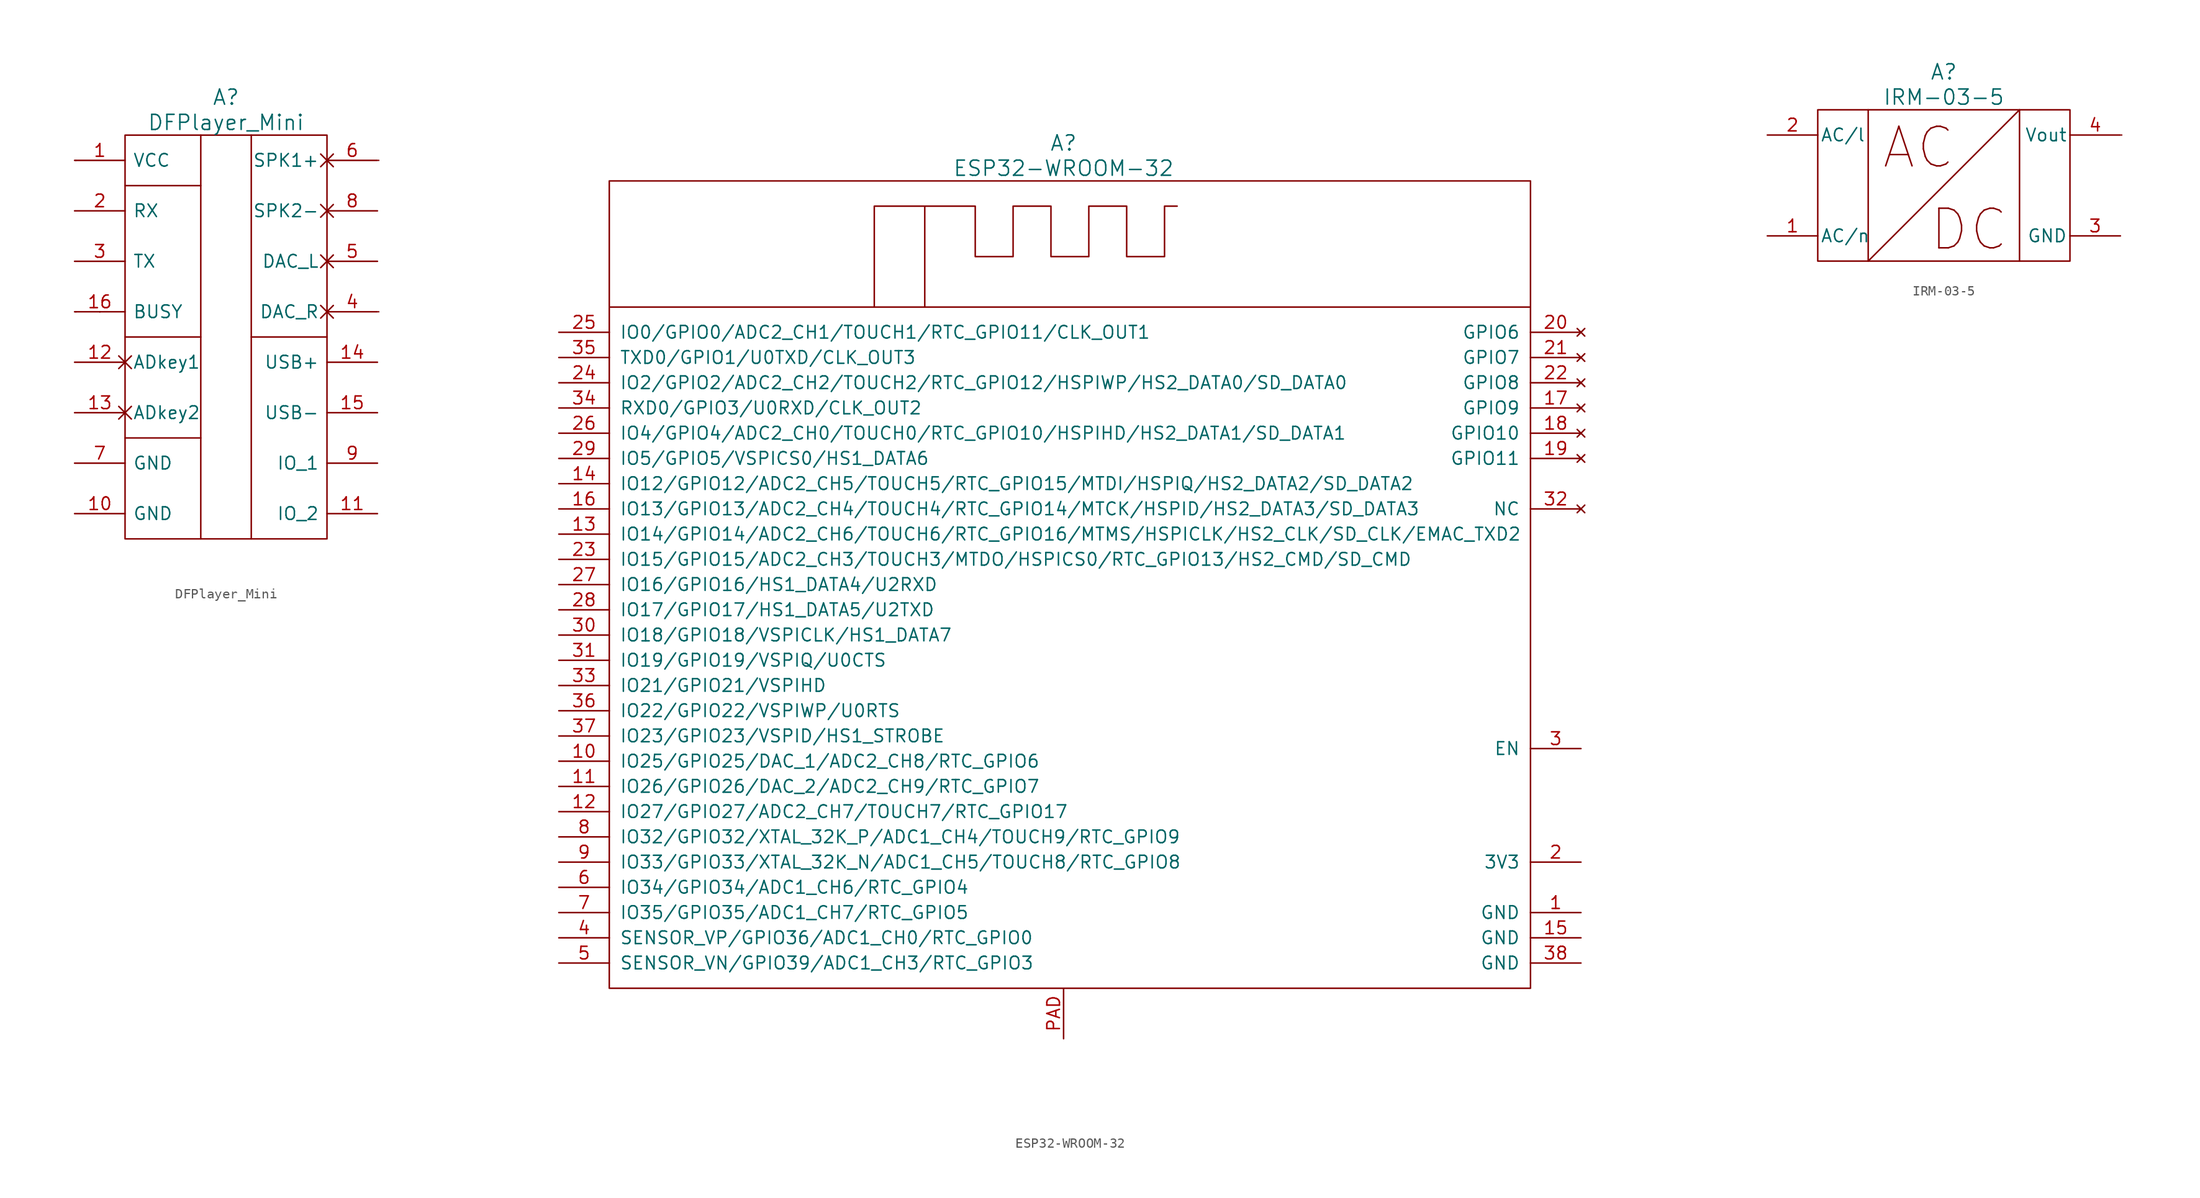
<source format=kicad_sym>
(kicad_symbol_lib
  (version 20220914)
  (generator kicad_symbol_editor)
  (symbol "DFPlayer_Mini"
    (pin_names
      (offset 0.762))
    (property "Reference" "A"
      (at 0 24.13 0)
      (do_not_autoplace)
      (effects (font (size 1.524 1.524))))
    (property "Value" "DFPlayer_Mini"
      (at 0 21.59 0)
      (do_not_autoplace)
      (effects (font (size 1.524 1.524))))
    (property "Datasheet" ""
      (at -10.16 17.78 0)
      (effects (font (size 1.524 1.524))))
    (symbol "DFPlayer_Mini_0_0"
      (polyline (pts (xy -2.54 20.32) (xy -2.54 -20.32)) (stroke (width 0) (type solid)) (fill (type none)))
      (polyline (pts (xy 2.54 20.32) (xy 2.54 -20.32)) (stroke (width 0) (type solid)) (fill (type none))))
    (symbol "DFPlayer_Mini_0_1"
      (polyline (pts (xy -15.113 2.54) (xy -15.113 2.54)) (stroke (width 0) (type solid)) (fill (type none)))
      (polyline (pts (xy -15.113 17.78) (xy -15.113 17.78)) (stroke (width 0) (type solid)) (fill (type none)))
      (polyline (pts (xy -12.7 2.54) (xy -12.7 2.54)) (stroke (width 0) (type solid)) (fill (type none)))
      (polyline (pts (xy -12.7 2.54) (xy -12.7 2.54)) (stroke (width 0) (type solid)) (fill (type none)))
      (polyline (pts (xy -10.16 -10.16) (xy -2.54 -10.16)) (stroke (width 0) (type solid)) (fill (type none)))
      (polyline (pts (xy -10.16 0) (xy -2.54 0)) (stroke (width 0) (type solid)) (fill (type none)))
      (polyline (pts (xy -10.16 15.24) (xy -2.54 15.24)) (stroke (width 0) (type solid)) (fill (type none)))
      (polyline (pts (xy 2.54 0) (xy 10.16 0)) (stroke (width 0) (type solid)) (fill (type none)))
      (polyline (pts (xy 15.367 2.54) (xy 15.367 2.54)) (stroke (width 0) (type solid)) (fill (type none)))
      (polyline (pts (xy 15.367 17.78) (xy 15.367 17.78)) (stroke (width 0) (type solid)) (fill (type none))))
    (symbol "DFPlayer_Mini_1_0"
      (rectangle (start -10.16 20.32) (end 10.16 -20.32) (stroke (width 0) (type solid)) (fill (type none)))
      (pin passive non_logic (at -15.24 -7.62 0) (length 5.08) (name "ADkey2" (effects (font (size 1.27 1.27)))) (number "13" (effects (font (size 1.27 1.27)))))
      (pin input line (at -15.24 2.54 0) (length 5.08) (name "BUSY" (effects (font (size 1.27 1.27)))) (number "16" (effects (font (size 1.27 1.27))))))
    (symbol "DFPlayer_Mini_1_1"
      (pin power_in line (at -15.24 17.78 0) (length 5.08) (name "VCC" (effects (font (size 1.27 1.27)))) (number "1" (effects (font (size 1.27 1.27)))))
      (pin power_in line (at -15.24 -17.78 0) (length 5.08) (name "GND" (effects (font (size 1.27 1.27)))) (number "10" (effects (font (size 1.27 1.27)))))
      (pin passive line (at 15.24 -17.78 180) (length 5.08) (name "IO_2" (effects (font (size 1.27 1.27)))) (number "11" (effects (font (size 1.27 1.27)))))
      (pin passive non_logic (at -15.24 -2.54 0) (length 5.08) (name "ADkey1" (effects (font (size 1.27 1.27)))) (number "12" (effects (font (size 1.27 1.27)))))
      (pin bidirectional line (at 15.24 -2.54 180) (length 5.08) (name "USB+" (effects (font (size 1.27 1.27)))) (number "14" (effects (font (size 1.27 1.27)))))
      (pin bidirectional line (at 15.24 -7.62 180) (length 5.08) (name "USB-" (effects (font (size 1.27 1.27)))) (number "15" (effects (font (size 1.27 1.27)))))
      (pin input line (at -15.24 12.7 0) (length 5.08) (name "RX" (effects (font (size 1.27 1.27)))) (number "2" (effects (font (size 1.27 1.27)))))
      (pin output line (at -15.24 7.62 0) (length 5.08) (name "TX" (effects (font (size 1.27 1.27)))) (number "3" (effects (font (size 1.27 1.27)))))
      (pin output non_logic (at 15.24 2.54 180) (length 5.08) (name "DAC_R" (effects (font (size 1.27 1.27)))) (number "4" (effects (font (size 1.27 1.27)))))
      (pin output non_logic (at 15.24 7.62 180) (length 5.08) (name "DAC_L" (effects (font (size 1.27 1.27)))) (number "5" (effects (font (size 1.27 1.27)))))
      (pin passive non_logic (at 15.24 17.78 180) (length 5.08) (name "SPK1+" (effects (font (size 1.27 1.27)))) (number "6" (effects (font (size 1.27 1.27)))))
      (pin power_in line (at -15.24 -12.7 0) (length 5.08) (name "GND" (effects (font (size 1.27 1.27)))) (number "7" (effects (font (size 1.27 1.27)))))
      (pin passive non_logic (at 15.24 12.7 180) (length 5.08) (name "SPK2-" (effects (font (size 1.27 1.27)))) (number "8" (effects (font (size 1.27 1.27)))))
      (pin passive line (at 15.24 -12.7 180) (length 5.08) (name "IO_1" (effects (font (size 1.27 1.27)))) (number "9" (effects (font (size 1.27 1.27)))))))
  (symbol "ESP32-WROOM-32"
    (pin_names
      (offset 1.016))
    (property "Reference" "A"
      (at 0 45.72 0)
      (do_not_autoplace)
      (effects (font (size 1.524 1.524))))
    (property "Value" "ESP32-WROOM-32"
      (at 0 43.18 0)
      (do_not_autoplace)
      (effects (font (size 1.524 1.524))))
    (symbol "ESP32-WROOM-32_0_1"
      (rectangle (start -45.72 29.21) (end 46.99 -39.37) (stroke (width 0) (type solid)) (fill (type none)))
      (polyline (pts (xy -13.97 29.21) (xy -13.97 39.37)) (stroke (width 0) (type solid)) (fill (type none)))
      (polyline (pts (xy -45.72 29.21) (xy -45.72 41.91) (xy 46.99 41.91) (xy 46.99 29.21)) (stroke (width 0) (type solid)) (fill (type none)))
      (polyline (pts (xy -19.05 29.21) (xy -19.05 39.37) (xy -8.89 39.37) (xy -8.89 34.29) (xy -5.08 34.29) (xy -5.08 39.37) (xy -1.27 39.37) (xy -1.27 34.29) (xy 2.54 34.29) (xy 2.54 39.37) (xy 6.35 39.37) (xy 6.35 34.29) (xy 10.16 34.29) (xy 10.16 39.37) (xy 11.43 39.37)) (stroke (width 0) (type solid)) (fill (type none))))
    (symbol "ESP32-WROOM-32_1_1"
      (pin power_in line (at 52.07 -31.75 180) (length 5.08) (name "GND" (effects (font (size 1.27 1.27)))) (number "1" (effects (font (size 1.27 1.27)))))
      (pin passive line (at -50.8 -16.51 0) (length 5.08) (name "IO25/GPIO25/DAC_1/ADC2_CH8/RTC_GPIO6" (effects (font (size 1.27 1.27)))) (number "10" (effects (font (size 1.27 1.27)))))
      (pin passive line (at -50.8 -19.05 0) (length 5.08) (name "IO26/GPIO26/DAC_2/ADC2_CH9/RTC_GPIO7" (effects (font (size 1.27 1.27)))) (number "11" (effects (font (size 1.27 1.27)))))
      (pin passive line (at -50.8 -21.59 0) (length 5.08) (name "IO27/GPIO27/ADC2_CH7/TOUCH7/RTC_GPIO17" (effects (font (size 1.27 1.27)))) (number "12" (effects (font (size 1.27 1.27)))))
      (pin passive line (at -50.8 6.35 0) (length 5.08) (name "IO14/GPIO14/ADC2_CH6/TOUCH6/RTC_GPIO16/MTMS/HSPICLK/HS2_CLK/SD_CLK/EMAC_TXD2" (effects (font (size 1.27 1.27)))) (number "13" (effects (font (size 1.27 1.27)))))
      (pin passive line (at -50.8 11.43 0) (length 5.08) (name "IO12/GPIO12/ADC2_CH5/TOUCH5/RTC_GPIO15/MTDI/HSPIQ/HS2_DATA2/SD_DATA2" (effects (font (size 1.27 1.27)))) (number "14" (effects (font (size 1.27 1.27)))))
      (pin power_in line (at 52.07 -34.29 180) (length 5.08) (name "GND" (effects (font (size 1.27 1.27)))) (number "15" (effects (font (size 1.27 1.27)))))
      (pin passive line (at -50.8 8.89 0) (length 5.08) (name "IO13/GPIO13/ADC2_CH4/TOUCH4/RTC_GPIO14/MTCK/HSPID/HS2_DATA3/SD_DATA3" (effects (font (size 1.27 1.27)))) (number "16" (effects (font (size 1.27 1.27)))))
      (pin no_connect line (at 52.07 19.05 180) (length 5.08) (name "GPIO9" (effects (font (size 1.27 1.27)))) (number "17" (effects (font (size 1.27 1.27)))))
      (pin no_connect line (at 52.07 16.51 180) (length 5.08) (name "GPIO10" (effects (font (size 1.27 1.27)))) (number "18" (effects (font (size 1.27 1.27)))))
      (pin no_connect line (at 52.07 13.97 180) (length 5.08) (name "GPIO11" (effects (font (size 1.27 1.27)))) (number "19" (effects (font (size 1.27 1.27)))))
      (pin power_in line (at 52.07 -26.67 180) (length 5.08) (name "3V3" (effects (font (size 1.27 1.27)))) (number "2" (effects (font (size 1.27 1.27)))))
      (pin no_connect line (at 52.07 26.67 180) (length 5.08) (name "GPIO6" (effects (font (size 1.27 1.27)))) (number "20" (effects (font (size 1.27 1.27)))))
      (pin no_connect line (at 52.07 24.13 180) (length 5.08) (name "GPIO7" (effects (font (size 1.27 1.27)))) (number "21" (effects (font (size 1.27 1.27)))))
      (pin no_connect line (at 52.07 21.59 180) (length 5.08) (name "GPIO8" (effects (font (size 1.27 1.27)))) (number "22" (effects (font (size 1.27 1.27)))))
      (pin passive line (at -50.8 3.81 0) (length 5.08) (name "IO15/GPIO15/ADC2_CH3/TOUCH3/MTDO/HSPICS0/RTC_GPIO13/HS2_CMD/SD_CMD" (effects (font (size 1.27 1.27)))) (number "23" (effects (font (size 1.27 1.27)))))
      (pin passive line (at -50.8 21.59 0) (length 5.08) (name "IO2/GPIO2/ADC2_CH2/TOUCH2/RTC_GPIO12/HSPIWP/HS2_DATA0/SD_DATA0" (effects (font (size 1.27 1.27)))) (number "24" (effects (font (size 1.27 1.27)))))
      (pin passive line (at -50.8 26.67 0) (length 5.08) (name "IO0/GPIO0/ADC2_CH1/TOUCH1/RTC_GPIO11/CLK_OUT1" (effects (font (size 1.27 1.27)))) (number "25" (effects (font (size 1.27 1.27)))))
      (pin passive line (at -50.8 16.51 0) (length 5.08) (name "IO4/GPIO4/ADC2_CH0/TOUCH0/RTC_GPIO10/HSPIHD/HS2_DATA1/SD_DATA1" (effects (font (size 1.27 1.27)))) (number "26" (effects (font (size 1.27 1.27)))))
      (pin passive line (at -50.8 1.27 0) (length 5.08) (name "IO16/GPIO16/HS1_DATA4/U2RXD" (effects (font (size 1.27 1.27)))) (number "27" (effects (font (size 1.27 1.27)))))
      (pin passive line (at -50.8 -1.27 0) (length 5.08) (name "IO17/GPIO17/HS1_DATA5/U2TXD" (effects (font (size 1.27 1.27)))) (number "28" (effects (font (size 1.27 1.27)))))
      (pin passive line (at -50.8 13.97 0) (length 5.08) (name "IO5/GPIO5/VSPICS0/HS1_DATA6" (effects (font (size 1.27 1.27)))) (number "29" (effects (font (size 1.27 1.27)))))
      (pin passive line (at 52.07 -15.24 180) (length 5.08) (name "EN" (effects (font (size 1.27 1.27)))) (number "3" (effects (font (size 1.27 1.27)))))
      (pin passive line (at -50.8 -3.81 0) (length 5.08) (name "IO18/GPIO18/VSPICLK/HS1_DATA7" (effects (font (size 1.27 1.27)))) (number "30" (effects (font (size 1.27 1.27)))))
      (pin passive line (at -50.8 -6.35 0) (length 5.08) (name "IO19/GPIO19/VSPIQ/U0CTS" (effects (font (size 1.27 1.27)))) (number "31" (effects (font (size 1.27 1.27)))))
      (pin no_connect line (at 52.07 8.89 180) (length 5.08) (name "NC" (effects (font (size 1.27 1.27)))) (number "32" (effects (font (size 1.27 1.27)))))
      (pin passive line (at -50.8 -8.89 0) (length 5.08) (name "IO21/GPIO21/VSPIHD" (effects (font (size 1.27 1.27)))) (number "33" (effects (font (size 1.27 1.27)))))
      (pin passive line (at -50.8 19.05 0) (length 5.08) (name "RXD0/GPIO3/U0RXD/CLK_OUT2" (effects (font (size 1.27 1.27)))) (number "34" (effects (font (size 1.27 1.27)))))
      (pin passive line (at -50.8 24.13 0) (length 5.08) (name "TXD0/GPIO1/U0TXD/CLK_OUT3" (effects (font (size 1.27 1.27)))) (number "35" (effects (font (size 1.27 1.27)))))
      (pin passive line (at -50.8 -11.43 0) (length 5.08) (name "IO22/GPIO22/VSPIWP/U0RTS" (effects (font (size 1.27 1.27)))) (number "36" (effects (font (size 1.27 1.27)))))
      (pin passive line (at -50.8 -13.97 0) (length 5.08) (name "IO23/GPIO23/VSPID/HS1_STROBE" (effects (font (size 1.27 1.27)))) (number "37" (effects (font (size 1.27 1.27)))))
      (pin power_in line (at 52.07 -36.83 180) (length 5.08) (name "GND" (effects (font (size 1.27 1.27)))) (number "38" (effects (font (size 1.27 1.27)))))
      (pin passive line (at -50.8 -34.29 0) (length 5.08) (name "SENSOR_VP/GPIO36/ADC1_CH0/RTC_GPIO0" (effects (font (size 1.27 1.27)))) (number "4" (effects (font (size 1.27 1.27)))))
      (pin passive line (at -50.8 -36.83 0) (length 5.08) (name "SENSOR_VN/GPIO39/ADC1_CH3/RTC_GPIO3" (effects (font (size 1.27 1.27)))) (number "5" (effects (font (size 1.27 1.27)))))
      (pin passive line (at -50.8 -29.21 0) (length 5.08) (name "IO34/GPIO34/ADC1_CH6/RTC_GPIO4" (effects (font (size 1.27 1.27)))) (number "6" (effects (font (size 1.27 1.27)))))
      (pin passive line (at -50.8 -31.75 0) (length 5.08) (name "IO35/GPIO35/ADC1_CH7/RTC_GPIO5" (effects (font (size 1.27 1.27)))) (number "7" (effects (font (size 1.27 1.27)))))
      (pin passive line (at -50.8 -24.13 0) (length 5.08) (name "IO32/GPIO32/XTAL_32K_P/ADC1_CH4/TOUCH9/RTC_GPIO9" (effects (font (size 1.27 1.27)))) (number "8" (effects (font (size 1.27 1.27)))))
      (pin passive line (at -50.8 -26.67 0) (length 5.08) (name "IO33/GPIO33/XTAL_32K_N/ADC1_CH5/TOUCH8/RTC_GPIO8" (effects (font (size 1.27 1.27)))) (number "9" (effects (font (size 1.27 1.27)))))
      (pin passive line (at 0 -44.45 90) (length 5.08) (name "~" (effects (font (size 1.27 1.27)))) (number "PAD" (effects (font (size 1.27 1.27)))))))
  (symbol "IRM-03-5"
    (pin_names
      (offset 0.254))
    (property "Reference" "A"
      (at 0 11.43 0)
      (do_not_autoplace)
      (effects (font (size 1.524 1.524))))
    (property "Value" "IRM-03-5"
      (at 0 8.89 0)
      (do_not_autoplace)
      (effects (font (size 1.524 1.524))))
    (property "Datasheet" ""
      (at -12.7 3.81 0)
      (effects (font (size 1.524 1.524))))
    (symbol "IRM-03-5_0_0"
      (polyline (pts (xy -7.62 7.62) (xy -7.62 -7.62)) (stroke (width 0) (type solid)) (fill (type none)))
      (polyline (pts (xy 7.62 7.62) (xy 7.62 -7.62)) (stroke (width 0) (type solid)) (fill (type none)))
      (text "AC" (at -2.54 3.81 0) (effects (font (size 3.988 3.988))))
      (text "DC" (at 2.54 -4.445 0) (effects (font (size 3.988 3.988)))))
    (symbol "IRM-03-5_0_1"
      (polyline (pts (xy -7.62 -7.62) (xy 7.62 7.62)) (stroke (width 0) (type solid)) (fill (type none)))
      (polyline (pts (xy 17.907 5.08) (xy 17.907 5.08)) (stroke (width 0) (type solid)) (fill (type none))))
    (symbol "IRM-03-5_1_1"
      (rectangle (start -12.7 7.62) (end 12.7 -7.62) (stroke (width 0) (type solid)) (fill (type none)))
      (pin passive line (at -17.78 -5.08 0) (length 5.08) (name "AC/n" (effects (font (size 1.27 1.27)))) (number "1" (effects (font (size 1.27 1.27)))))
      (pin passive line (at -17.78 5.08 0) (length 5.08) (name "AC/l" (effects (font (size 1.27 1.27)))) (number "2" (effects (font (size 1.27 1.27)))))
      (pin power_out line (at 17.78 -5.08 180) (length 5.08) (name "GND" (effects (font (size 1.27 1.27)))) (number "3" (effects (font (size 1.27 1.27)))))
      (pin power_out line (at 17.78 5.08 180) (length 5.08) (name "Vout" (effects (font (size 1.27 1.27)))) (number "4" (effects (font (size 1.27 1.27)))))
      (pin no_connect line (at 17.78 0 180) (length 5.08) hide (name "NC" (effects (font (size 1.27 1.27)))) (number "5" (effects (font (size 1.27 1.27))))))))
</source>
